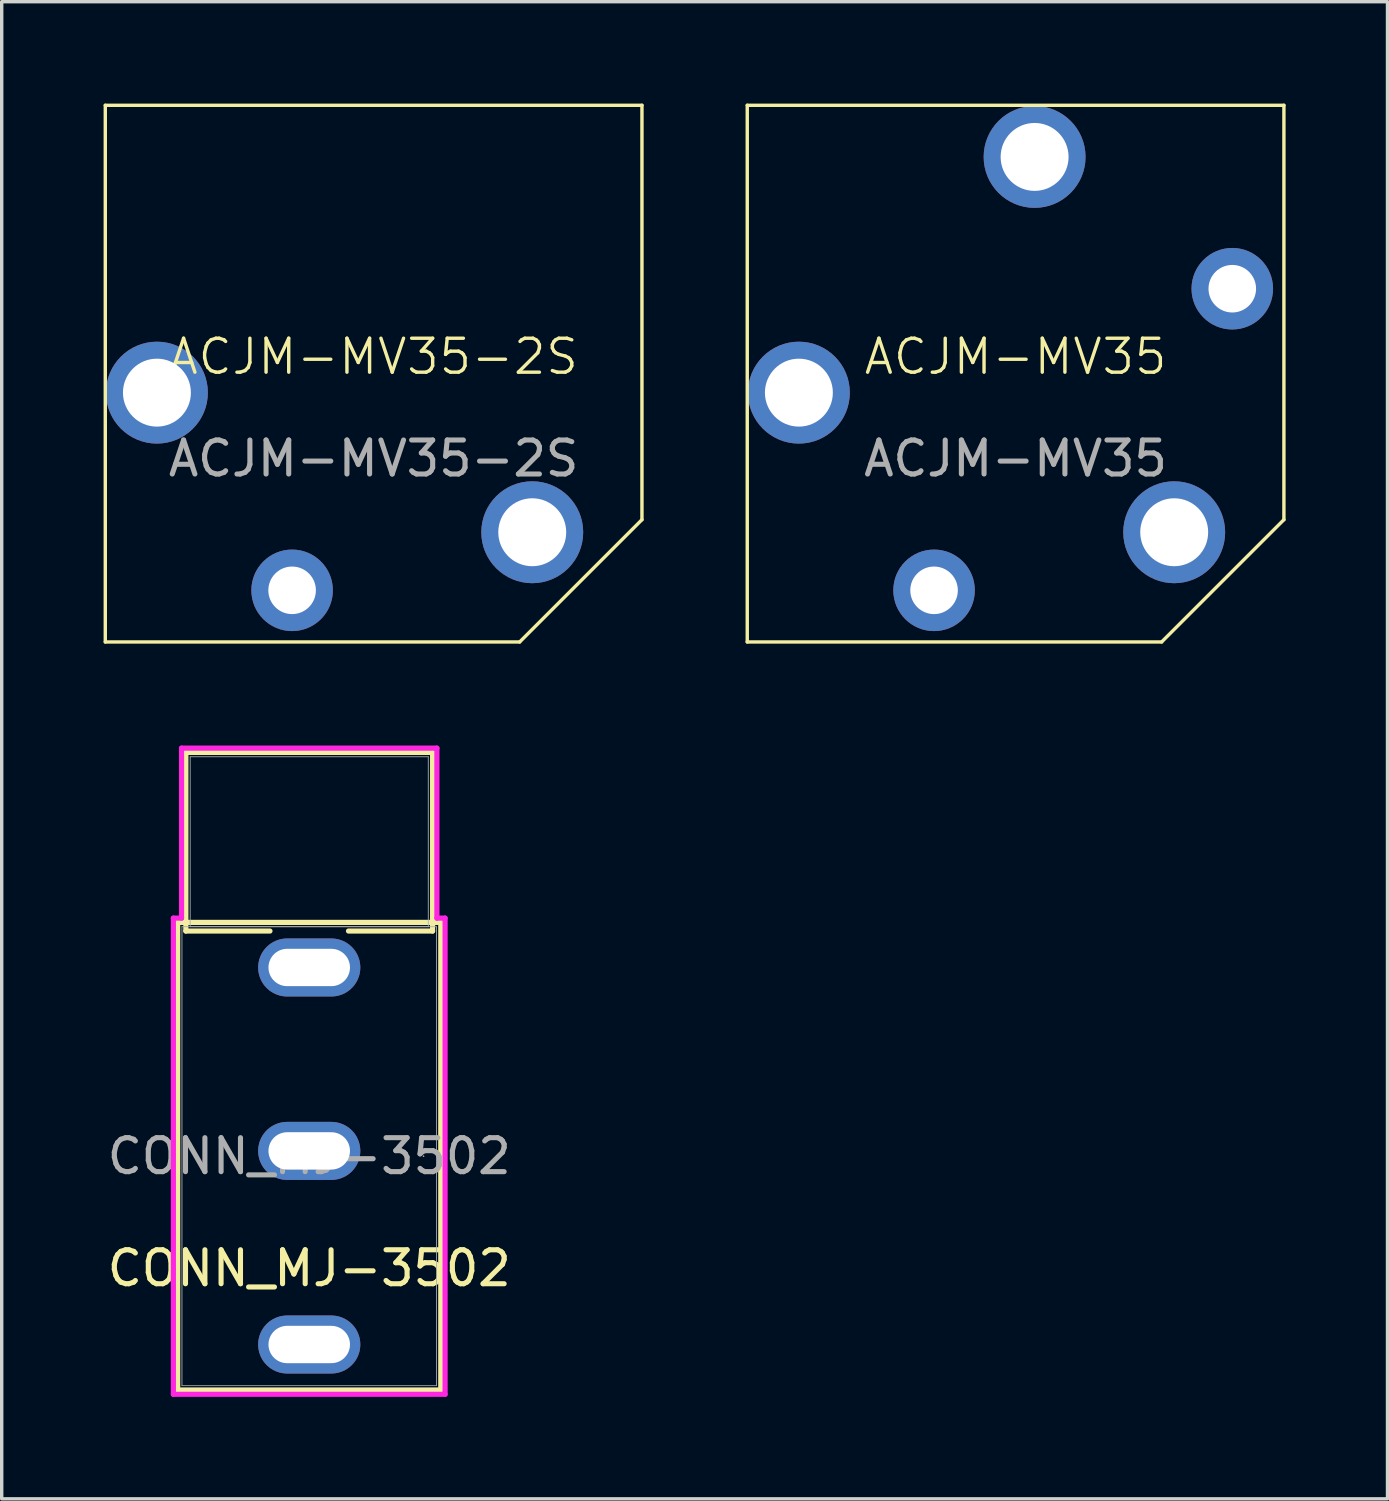
<source format=kicad_pcb>
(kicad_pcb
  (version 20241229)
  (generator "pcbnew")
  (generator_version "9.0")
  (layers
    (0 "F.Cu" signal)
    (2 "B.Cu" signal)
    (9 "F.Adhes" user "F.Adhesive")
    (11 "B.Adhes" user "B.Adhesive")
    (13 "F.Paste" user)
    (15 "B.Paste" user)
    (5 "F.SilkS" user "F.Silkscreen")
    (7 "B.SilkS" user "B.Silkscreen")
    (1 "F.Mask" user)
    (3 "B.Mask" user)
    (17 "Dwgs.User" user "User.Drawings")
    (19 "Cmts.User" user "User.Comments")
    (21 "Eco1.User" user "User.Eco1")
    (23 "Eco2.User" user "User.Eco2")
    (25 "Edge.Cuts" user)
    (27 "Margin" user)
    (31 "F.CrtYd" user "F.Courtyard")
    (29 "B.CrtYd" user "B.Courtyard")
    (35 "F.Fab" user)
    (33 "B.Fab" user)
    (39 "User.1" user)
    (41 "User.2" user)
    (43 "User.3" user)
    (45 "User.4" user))
  (footprint "CONN_MJ-3502"
    (layer "F.Cu")
    (at 6.054 30.99)
    (property "Reference" "CONN_MJ-3502" (at 0 3.3 0) (unlocked yes) (layer "F.SilkS") (effects (font (size 1 1) (thickness 0.15))))
    (attr through_hole)
    (fp_line (start -3.873 -6.883) (end -3.873 6.883) (stroke (width 0.152) (type solid)) (layer "F.SilkS"))
    (fp_line (start -3.873 6.883) (end 3.873 6.883) (stroke (width 0.152) (type solid)) (layer "F.SilkS"))
    (fp_line (start -3.632 -11.887) (end -3.632 -6.629) (stroke (width 0.152) (type solid)) (layer "F.SilkS"))
    (fp_line (start -3.632 -6.629) (end -1.156 -6.629) (stroke (width 0.152) (type solid)) (layer "F.SilkS"))
    (fp_line (start 1.156 -6.629) (end 3.632 -6.629) (stroke (width 0.152) (type solid)) (layer "F.SilkS"))
    (fp_line (start 3.632 -11.887) (end -3.632 -11.887) (stroke (width 0.152) (type solid)) (layer "F.SilkS"))
    (fp_line (start 3.632 -6.629) (end 3.632 -11.887) (stroke (width 0.152) (type solid)) (layer "F.SilkS"))
    (fp_line (start 3.873 -6.883) (end -3.873 -6.883) (stroke (width 0.152) (type solid)) (layer "F.SilkS"))
    (fp_line (start 3.873 6.883) (end 3.873 -6.883) (stroke (width 0.152) (type solid)) (layer "F.SilkS"))
    (fp_line (start -4 -7.01) (end -4 7.01) (stroke (width 0.152) (type solid)) (layer "F.CrtYd"))
    (fp_line (start -4 7.01) (end 4 7.01) (stroke (width 0.152) (type solid)) (layer "F.CrtYd"))
    (fp_line (start -3.759 -12.014) (end -3.759 -7.01) (stroke (width 0.152) (type solid)) (layer "F.CrtYd"))
    (fp_line (start -3.759 -7.01) (end -4 -7.01) (stroke (width 0.152) (type solid)) (layer "F.CrtYd"))
    (fp_line (start 3.759 -12.014) (end -3.759 -12.014) (stroke (width 0.152) (type solid)) (layer "F.CrtYd"))
    (fp_line (start 3.759 -7.01) (end 3.759 -12.014) (stroke (width 0.152) (type solid)) (layer "F.CrtYd"))
    (fp_line (start 4 -7.01) (end 3.759 -7.01) (stroke (width 0.152) (type solid)) (layer "F.CrtYd"))
    (fp_line (start 4 7.01) (end 4 -7.01) (stroke (width 0.152) (type solid)) (layer "F.CrtYd"))
    (fp_line (start -3.747 -6.756) (end -3.747 6.756) (stroke (width 0.025) (type solid)) (layer "F.Fab"))
    (fp_line (start -3.747 6.756) (end 3.747 6.756) (stroke (width 0.025) (type solid)) (layer "F.Fab"))
    (fp_line (start -3.505 -11.76) (end -3.505 -6.756) (stroke (width 0.025) (type solid)) (layer "F.Fab"))
    (fp_line (start -3.505 -6.756) (end 3.505 -6.756) (stroke (width 0.025) (type solid)) (layer "F.Fab"))
    (fp_line (start 3.505 -11.76) (end -3.505 -11.76) (stroke (width 0.025) (type solid)) (layer "F.Fab"))
    (fp_line (start 3.505 -6.756) (end 3.505 -11.76) (stroke (width 0.025) (type solid)) (layer "F.Fab"))
    (fp_line (start 3.747 -6.756) (end -3.747 -6.756) (stroke (width 0.025) (type solid)) (layer "F.Fab"))
    (fp_line (start 3.747 6.756) (end 3.747 -6.756) (stroke (width 0.025) (type solid)) (layer "F.Fab"))
    (fp_circle (center 3.365 0) (end 3.365 0) (stroke (width 0.025) (type solid)) (fill no) (layer "F.Fab"))
    (fp_text user "${REFERENCE}" (at 0 0 0) (unlocked yes) (layer "F.Fab") (effects (font (size 1 1) (thickness 0.15))))
    (pad "S" thru_hole oval (at 0 -5.556) (size 3.008 1.708) (drill oval 2.4 1.1) (layers "*.Cu" "*.Mask"))
    (pad "T" thru_hole oval (at 0 -0.156) (size 3.008 1.708) (drill oval 2.4 1.1) (layers "*.Cu" "*.Mask"))
    (pad "TN" thru_hole oval (at 0 5.544) (size 3.008 1.708) (drill oval 2.4 1.1) (layers "*.Cu" "*.Mask")))
  (footprint "ACJM-MV35"
    (layer "F.Cu")
    (at 26.85 7.95)
    (property "Reference" "ACJM-MV35" (at 0 -0.5 0) (unlocked yes) (layer "F.SilkS") (effects (font (size 1 1) (thickness 0.1))))
    (attr through_hole)
    (fp_line (start -7.9 -7.9) (end 7.9 -7.9) (stroke (width 0.1) (type default)) (layer "F.SilkS"))
    (fp_line (start -7.9 7.9) (end -7.9 -7.9) (stroke (width 0.1) (type default)) (layer "F.SilkS"))
    (fp_line (start 4.3 7.9) (end -7.9 7.9) (stroke (width 0.1) (type default)) (layer "F.SilkS"))
    (fp_line (start 4.3 7.9) (end 7.9 4.3) (stroke (width 0.1) (type default)) (layer "F.SilkS"))
    (fp_line (start 7.9 -7.9) (end 7.9 4.3) (stroke (width 0.1) (type default)) (layer "F.SilkS"))
    (fp_text user "${REFERENCE}" (at 0 2.5 0) (unlocked yes) (layer "F.Fab") (effects (font (size 1 1) (thickness 0.15))))
    (pad "1" thru_hole circle (at 4.67 4.67) (size 3 3) (drill 2) (layers "*.Cu" "*.Mask"))
    (pad "2" thru_hole circle (at -2.4 6.38) (size 2.4 2.4) (drill 1.4) (layers "*.Cu" "*.Mask"))
    (pad "3" thru_hole circle (at -6.38 0.56) (size 3 3) (drill 2) (layers "*.Cu" "*.Mask"))
    (pad "4" thru_hole circle (at 0.56 -6.38) (size 3 3) (drill 2) (layers "*.Cu" "*.Mask"))
    (pad "5" thru_hole circle (at 6.38 -2.5) (size 2.4 2.4) (drill 1.4) (layers "*.Cu" "*.Mask")))
  (footprint "ACJM-MV35-2S"
    (layer "F.Cu")
    (at 7.95 7.95)
    (property "Reference" "ACJM-MV35-2S" (at 0 -0.5 0) (unlocked yes) (layer "F.SilkS") (effects (font (size 1 1) (thickness 0.1))))
    (attr through_hole)
    (fp_line (start -7.9 -7.9) (end 7.9 -7.9) (stroke (width 0.1) (type default)) (layer "F.SilkS"))
    (fp_line (start -7.9 7.9) (end -7.9 -7.9) (stroke (width 0.1) (type default)) (layer "F.SilkS"))
    (fp_line (start 4.3 7.9) (end -7.9 7.9) (stroke (width 0.1) (type default)) (layer "F.SilkS"))
    (fp_line (start 4.3 7.9) (end 7.9 4.3) (stroke (width 0.1) (type default)) (layer "F.SilkS"))
    (fp_line (start 7.9 -7.9) (end 7.9 4.3) (stroke (width 0.1) (type default)) (layer "F.SilkS"))
    (fp_text user "${REFERENCE}" (at 0 2.5 0) (unlocked yes) (layer "F.Fab") (effects (font (size 1 1) (thickness 0.15))))
    (pad "S" thru_hole circle (at 4.67 4.67) (size 3 3) (drill 2) (layers "*.Cu" "*.Mask"))
    (pad "T" thru_hole circle (at -6.38 0.56) (size 3 3) (drill 2) (layers "*.Cu" "*.Mask"))
    (pad "TN" thru_hole circle (at -2.4 6.38) (size 2.4 2.4) (drill 1.4) (layers "*.Cu" "*.Mask")))
  (gr_rect
    (start -3 -3)
    (end 37.8 41.077)
    (stroke (width 0.1) (type default))
    (fill no)
    (layer "Edge.Cuts")))
</source>
